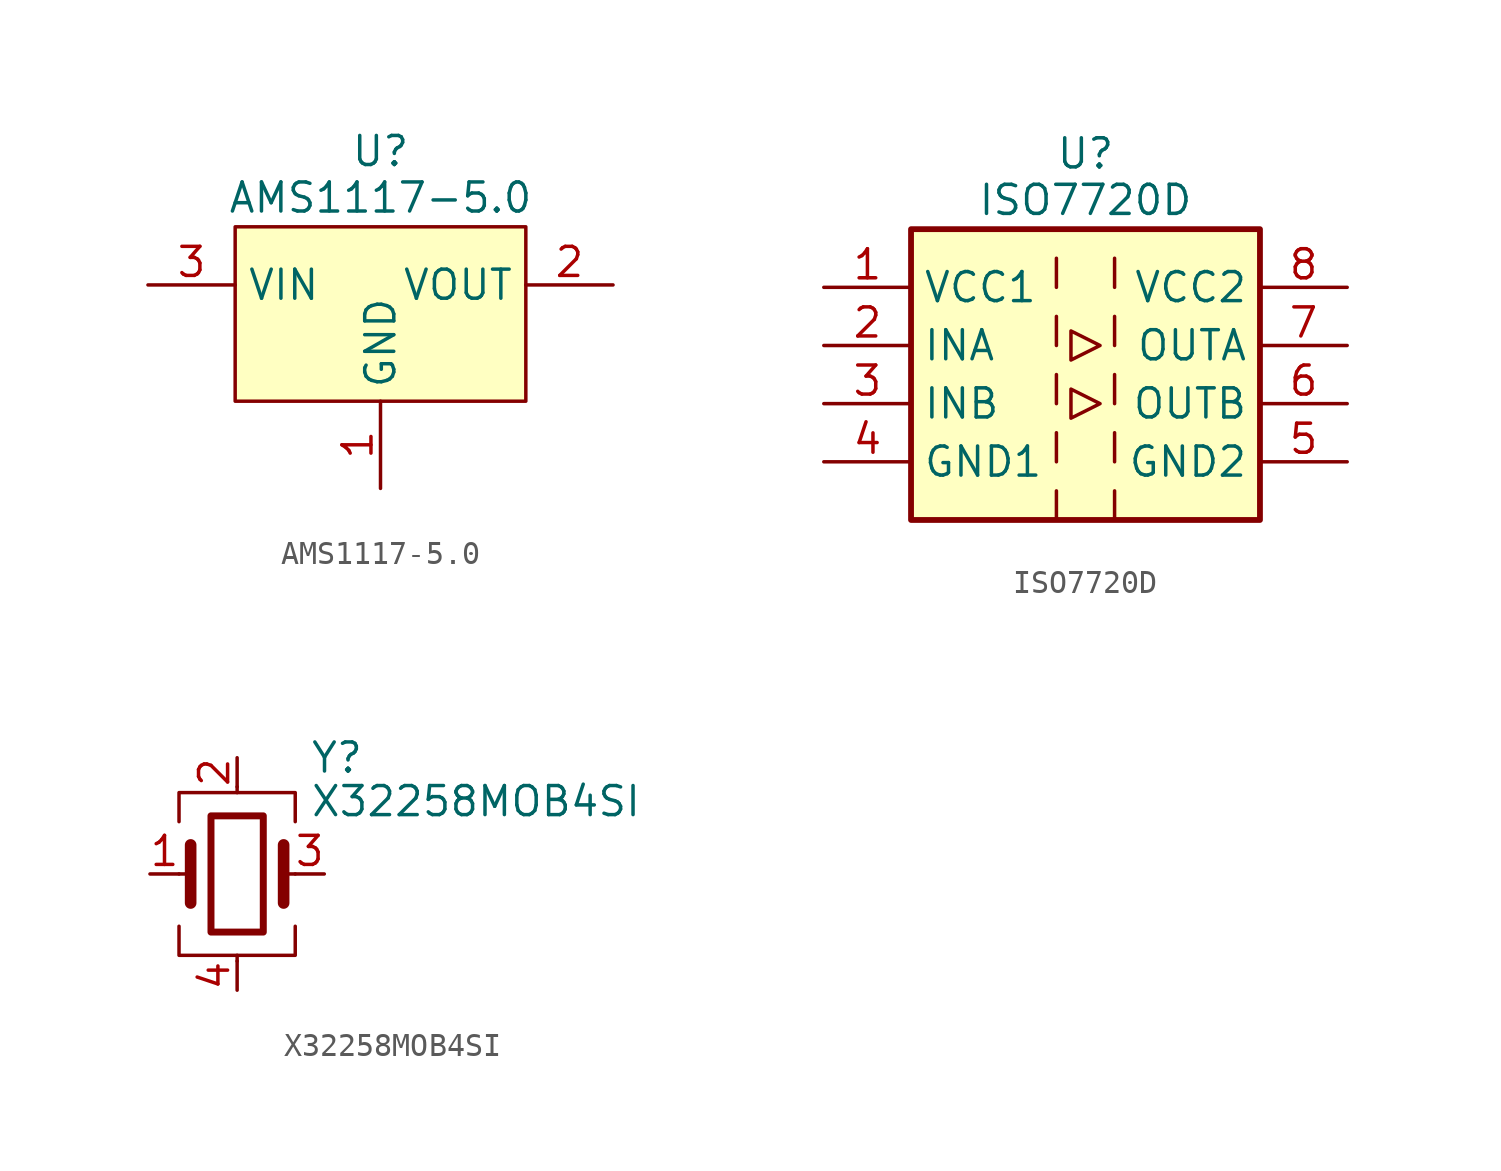
<source format=kicad_sym>
(kicad_symbol_lib
  (version 20241209)
  (generator "kicad_symbol_editor")
  (generator_version "9.0")
  (symbol "AMS1117-5.0"
    (property "Reference" "U"
      (at 0 7.112 0)
      (effects (font (size 1.27 1.27))))
    (property "Value" "AMS1117-5.0"
      (at 0 5.08 0)
      (effects (font (size 1.27 1.27))))
    (symbol "AMS1117-5.0_0_0"
      (pin power_in line (at -10.16 1.27 0) (length 3.81) (name "VIN" (effects (font (size 1.27 1.27)))) (number "3" (effects (font (size 1.27 1.27)))))
      (pin passive line (at 0 -7.62 90) (length 3.81) (name "GND" (effects (font (size 1.27 1.27)))) (number "1" (effects (font (size 1.27 1.27))))))
    (symbol "AMS1117-5.0_0_1"
      (rectangle (start -6.35 3.81) (end 6.35 -3.81) (stroke (width 0) (type default)) (fill (type background))))
    (symbol "AMS1117-5.0_1_0"
      (pin power_out line (at 10.16 1.27 180) (length 3.81) (name "VOUT" (effects (font (size 1.27 1.27)))) (number "2" (effects (font (size 1.27 1.27)))))
      (pin passive line (at 10.16 1.27 180) (length 3.81) (hide yes) (name "VOUT" (effects (font (size 1.27 1.27)))) (number "4" (effects (font (size 1.27 1.27)))))))
  (symbol "ISO7720D"
    (property "Reference" "U"
      (at 0 9.652 0)
      (effects (font (size 1.27 1.27))))
    (property "Value" "ISO7720D"
      (at 0 7.62 0)
      (effects (font (size 1.27 1.27))))
    (symbol "ISO7720D_0_1"
      (rectangle (start -7.62 6.35) (end 7.62 -6.35) (stroke (width 0.254) (type default)) (fill (type background)))
      (polyline (pts (xy -1.27 5.08) (xy -1.27 3.81)) (stroke (width 0) (type default)) (fill (type none)))
      (polyline (pts (xy -1.27 2.54) (xy -1.27 1.27)) (stroke (width 0) (type default)) (fill (type none)))
      (polyline (pts (xy -1.27 0) (xy -1.27 -1.27)) (stroke (width 0) (type default)) (fill (type none)))
      (polyline (pts (xy -1.27 -2.54) (xy -1.27 -3.81)) (stroke (width 0) (type default)) (fill (type none)))
      (polyline (pts (xy -1.27 -5.08) (xy -1.27 -6.35)) (stroke (width 0) (type default)) (fill (type none)))
      (polyline (pts (xy -0.635 1.905) (xy -0.635 0.635) (xy 0.635 1.27) (xy -0.635 1.905)) (stroke (width 0) (type default)) (fill (type none)))
      (polyline (pts (xy -0.635 -0.635) (xy -0.635 -1.905) (xy 0.635 -1.27) (xy -0.635 -0.635)) (stroke (width 0) (type default)) (fill (type none)))
      (polyline (pts (xy 1.27 5.08) (xy 1.27 3.81)) (stroke (width 0) (type default)) (fill (type none)))
      (polyline (pts (xy 1.27 2.54) (xy 1.27 1.27)) (stroke (width 0) (type default)) (fill (type none)))
      (polyline (pts (xy 1.27 0) (xy 1.27 -1.27)) (stroke (width 0) (type default)) (fill (type none)))
      (polyline (pts (xy 1.27 -2.54) (xy 1.27 -3.81)) (stroke (width 0) (type default)) (fill (type none)))
      (polyline (pts (xy 1.27 -5.08) (xy 1.27 -6.35)) (stroke (width 0) (type default)) (fill (type none))))
    (symbol "ISO7720D_1_1"
      (pin power_in line (at -11.43 3.81 0) (length 3.81) (name "VCC1" (effects (font (size 1.27 1.27)))) (number "1" (effects (font (size 1.27 1.27)))))
      (pin input line (at -11.43 1.27 0) (length 3.81) (name "INA" (effects (font (size 1.27 1.27)))) (number "2" (effects (font (size 1.27 1.27)))))
      (pin input line (at -11.43 -1.27 0) (length 3.81) (name "INB" (effects (font (size 1.27 1.27)))) (number "3" (effects (font (size 1.27 1.27)))))
      (pin power_in line (at -11.43 -3.81 0) (length 3.81) (name "GND1" (effects (font (size 1.27 1.27)))) (number "4" (effects (font (size 1.27 1.27)))))
      (pin power_in line (at 11.43 3.81 180) (length 3.81) (name "VCC2" (effects (font (size 1.27 1.27)))) (number "8" (effects (font (size 1.27 1.27)))))
      (pin output line (at 11.43 1.27 180) (length 3.81) (name "OUTA" (effects (font (size 1.27 1.27)))) (number "7" (effects (font (size 1.27 1.27)))))
      (pin output line (at 11.43 -1.27 180) (length 3.81) (name "OUTB" (effects (font (size 1.27 1.27)))) (number "6" (effects (font (size 1.27 1.27)))))
      (pin power_in line (at 11.43 -3.81 180) (length 3.81) (name "GND2" (effects (font (size 1.27 1.27)))) (number "5" (effects (font (size 1.27 1.27)))))))
  (symbol "X32258MOB4SI"
    (pin_names
      (offset 1.016)
      (hide yes))
    (property "Reference" "Y"
      (at 3.175 5.08 0)
      (effects (font (size 1.27 1.27)) (justify left)))
    (property "Value" "X32258MOB4SI"
      (at 3.175 3.175 0)
      (effects (font (size 1.27 1.27)) (justify left)))
    (symbol "X32258MOB4SI_0_1"
      (polyline (pts (xy -2.54 2.286) (xy -2.54 3.556) (xy 2.54 3.556) (xy 2.54 2.286)) (stroke (width 0) (type default)) (fill (type none)))
      (polyline (pts (xy -2.54 0) (xy -2.032 0)) (stroke (width 0) (type default)) (fill (type none)))
      (polyline (pts (xy -2.54 -2.286) (xy -2.54 -3.556) (xy 2.54 -3.556) (xy 2.54 -2.286)) (stroke (width 0) (type default)) (fill (type none)))
      (polyline (pts (xy -2.032 -1.27) (xy -2.032 1.27)) (stroke (width 0.508) (type default)) (fill (type none)))
      (rectangle (start -1.143 2.54) (end 1.143 -2.54) (stroke (width 0.305) (type default)) (fill (type none)))
      (polyline (pts (xy 0 3.556) (xy 0 3.81)) (stroke (width 0) (type default)) (fill (type none)))
      (polyline (pts (xy 0 -3.81) (xy 0 -3.556)) (stroke (width 0) (type default)) (fill (type none)))
      (polyline (pts (xy 2.032 0) (xy 2.54 0)) (stroke (width 0) (type default)) (fill (type none)))
      (polyline (pts (xy 2.032 -1.27) (xy 2.032 1.27)) (stroke (width 0.508) (type default)) (fill (type none))))
    (symbol "X32258MOB4SI_1_1"
      (pin passive line (at -3.81 0 0) (length 1.27) (name "1" (effects (font (size 1.27 1.27)))) (number "1" (effects (font (size 1.27 1.27)))))
      (pin passive line (at 0 5.08 270) (length 1.27) (name "2" (effects (font (size 1.27 1.27)))) (number "2" (effects (font (size 1.27 1.27)))))
      (pin passive line (at 0 -5.08 90) (length 1.27) (name "4" (effects (font (size 1.27 1.27)))) (number "4" (effects (font (size 1.27 1.27)))))
      (pin passive line (at 3.81 0 180) (length 1.27) (name "3" (effects (font (size 1.27 1.27)))) (number "3" (effects (font (size 1.27 1.27))))))))
</source>
